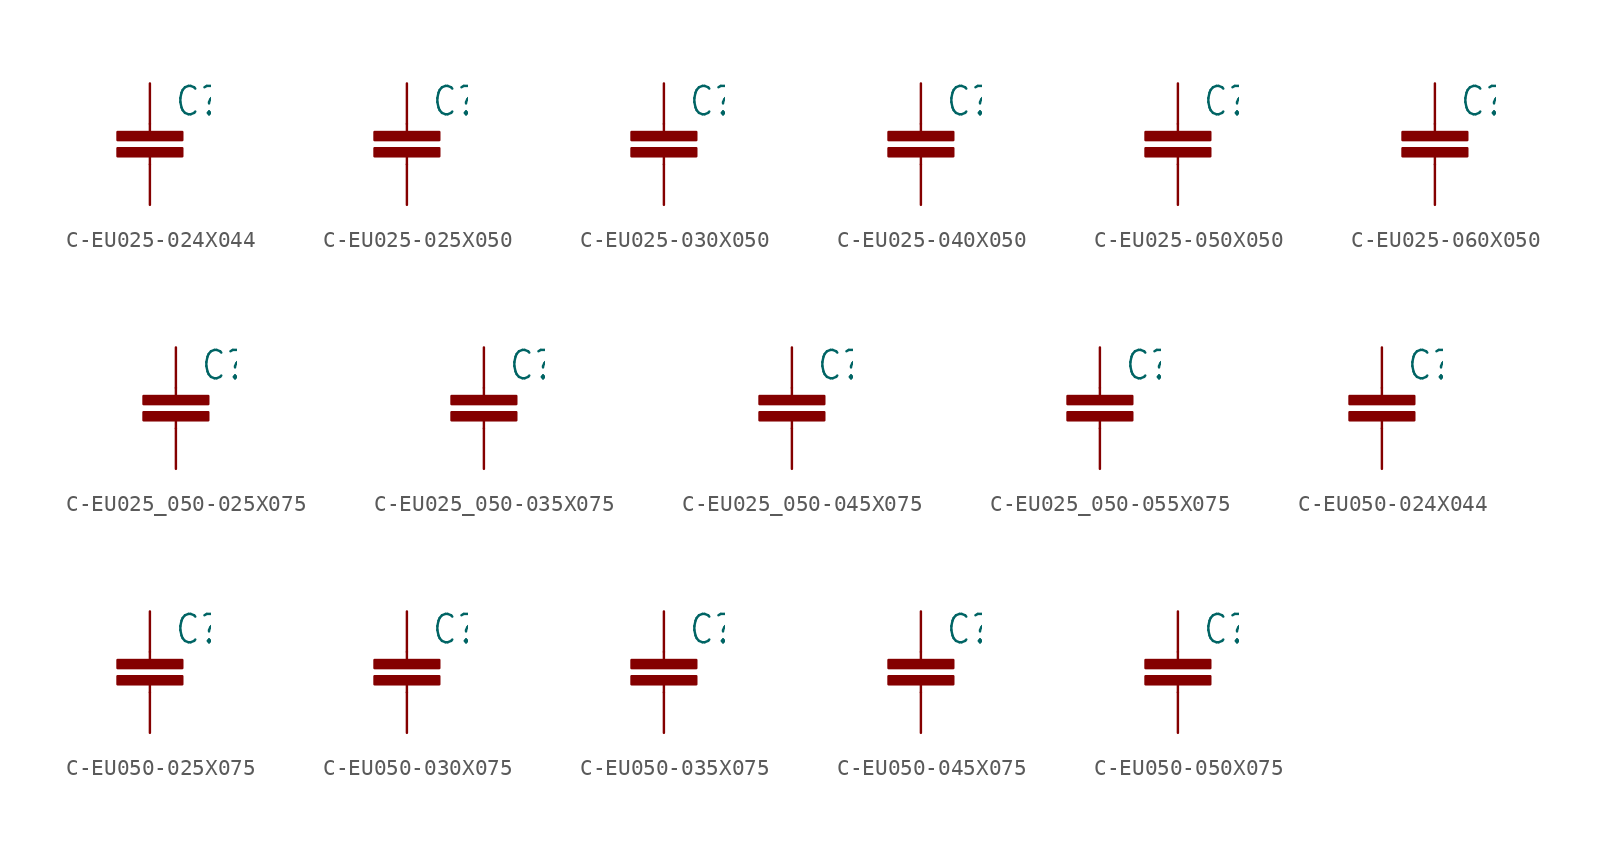
<source format=kicad_sym>
(kicad_symbol_lib
  (version 20231120)
  (generator "kicad_symbol_editor")
  (generator_version "8.0")
  (symbol "C-EU025-024X044"
    (property "Reference" "C"
      (at 1.524 0.381 0)
      (effects (font (size 1.778 1.511)) (justify left bottom)))
    (property "Value" ""
      (at 1.524 -4.699 0)
      (effects (font (size 1.778 1.511)) (justify left bottom)))
    (property "ki_locked" ""
      (at 0 0 0)
      (effects (font (size 1.27 1.27))))
    (symbol "C-EU025-024X044_1_0"
      (rectangle (start -2.032 -2.032) (end 2.032 -1.524) (stroke (width 0) (type default)) (fill (type outline)))
      (rectangle (start -2.032 -1.016) (end 2.032 -0.508) (stroke (width 0) (type default)) (fill (type outline)))
      (polyline (pts (xy 0 -2.54) (xy 0 -2.032)) (stroke (width 0.152) (type solid)) (fill (type none)))
      (polyline (pts (xy 0 0) (xy 0 -0.508)) (stroke (width 0.152) (type solid)) (fill (type none)))
      (pin passive line (at 0 2.54 270) (length 2.54) (name "1" (effects (font (size 0 0)))) (number "1" (effects (font (size 0 0)))))
      (pin passive line (at 0 -5.08 90) (length 2.54) (name "2" (effects (font (size 0 0)))) (number "2" (effects (font (size 0 0)))))))
  (symbol "C-EU025-025X050"
    (property "Reference" "C"
      (at 1.524 0.381 0)
      (effects (font (size 1.778 1.511)) (justify left bottom)))
    (property "Value" ""
      (at 1.524 -4.699 0)
      (effects (font (size 1.778 1.511)) (justify left bottom)))
    (property "ki_locked" ""
      (at 0 0 0)
      (effects (font (size 1.27 1.27))))
    (symbol "C-EU025-025X050_1_0"
      (rectangle (start -2.032 -2.032) (end 2.032 -1.524) (stroke (width 0) (type default)) (fill (type outline)))
      (rectangle (start -2.032 -1.016) (end 2.032 -0.508) (stroke (width 0) (type default)) (fill (type outline)))
      (polyline (pts (xy 0 -2.54) (xy 0 -2.032)) (stroke (width 0.152) (type solid)) (fill (type none)))
      (polyline (pts (xy 0 0) (xy 0 -0.508)) (stroke (width 0.152) (type solid)) (fill (type none)))
      (pin passive line (at 0 2.54 270) (length 2.54) (name "1" (effects (font (size 0 0)))) (number "1" (effects (font (size 0 0)))))
      (pin passive line (at 0 -5.08 90) (length 2.54) (name "2" (effects (font (size 0 0)))) (number "2" (effects (font (size 0 0)))))))
  (symbol "C-EU025-030X050"
    (property "Reference" "C"
      (at 1.524 0.381 0)
      (effects (font (size 1.778 1.511)) (justify left bottom)))
    (property "Value" ""
      (at 1.524 -4.699 0)
      (effects (font (size 1.778 1.511)) (justify left bottom)))
    (property "ki_locked" ""
      (at 0 0 0)
      (effects (font (size 1.27 1.27))))
    (symbol "C-EU025-030X050_1_0"
      (rectangle (start -2.032 -2.032) (end 2.032 -1.524) (stroke (width 0) (type default)) (fill (type outline)))
      (rectangle (start -2.032 -1.016) (end 2.032 -0.508) (stroke (width 0) (type default)) (fill (type outline)))
      (polyline (pts (xy 0 -2.54) (xy 0 -2.032)) (stroke (width 0.152) (type solid)) (fill (type none)))
      (polyline (pts (xy 0 0) (xy 0 -0.508)) (stroke (width 0.152) (type solid)) (fill (type none)))
      (pin passive line (at 0 2.54 270) (length 2.54) (name "1" (effects (font (size 0 0)))) (number "1" (effects (font (size 0 0)))))
      (pin passive line (at 0 -5.08 90) (length 2.54) (name "2" (effects (font (size 0 0)))) (number "2" (effects (font (size 0 0)))))))
  (symbol "C-EU025-040X050"
    (property "Reference" "C"
      (at 1.524 0.381 0)
      (effects (font (size 1.778 1.511)) (justify left bottom)))
    (property "Value" ""
      (at 1.524 -4.699 0)
      (effects (font (size 1.778 1.511)) (justify left bottom)))
    (property "ki_locked" ""
      (at 0 0 0)
      (effects (font (size 1.27 1.27))))
    (symbol "C-EU025-040X050_1_0"
      (rectangle (start -2.032 -2.032) (end 2.032 -1.524) (stroke (width 0) (type default)) (fill (type outline)))
      (rectangle (start -2.032 -1.016) (end 2.032 -0.508) (stroke (width 0) (type default)) (fill (type outline)))
      (polyline (pts (xy 0 -2.54) (xy 0 -2.032)) (stroke (width 0.152) (type solid)) (fill (type none)))
      (polyline (pts (xy 0 0) (xy 0 -0.508)) (stroke (width 0.152) (type solid)) (fill (type none)))
      (pin passive line (at 0 2.54 270) (length 2.54) (name "1" (effects (font (size 0 0)))) (number "1" (effects (font (size 0 0)))))
      (pin passive line (at 0 -5.08 90) (length 2.54) (name "2" (effects (font (size 0 0)))) (number "2" (effects (font (size 0 0)))))))
  (symbol "C-EU025-050X050"
    (property "Reference" "C"
      (at 1.524 0.381 0)
      (effects (font (size 1.778 1.511)) (justify left bottom)))
    (property "Value" ""
      (at 1.524 -4.699 0)
      (effects (font (size 1.778 1.511)) (justify left bottom)))
    (property "ki_locked" ""
      (at 0 0 0)
      (effects (font (size 1.27 1.27))))
    (symbol "C-EU025-050X050_1_0"
      (rectangle (start -2.032 -2.032) (end 2.032 -1.524) (stroke (width 0) (type default)) (fill (type outline)))
      (rectangle (start -2.032 -1.016) (end 2.032 -0.508) (stroke (width 0) (type default)) (fill (type outline)))
      (polyline (pts (xy 0 -2.54) (xy 0 -2.032)) (stroke (width 0.152) (type solid)) (fill (type none)))
      (polyline (pts (xy 0 0) (xy 0 -0.508)) (stroke (width 0.152) (type solid)) (fill (type none)))
      (pin passive line (at 0 2.54 270) (length 2.54) (name "1" (effects (font (size 0 0)))) (number "1" (effects (font (size 0 0)))))
      (pin passive line (at 0 -5.08 90) (length 2.54) (name "2" (effects (font (size 0 0)))) (number "2" (effects (font (size 0 0)))))))
  (symbol "C-EU025-060X050"
    (property "Reference" "C"
      (at 1.524 0.381 0)
      (effects (font (size 1.778 1.511)) (justify left bottom)))
    (property "Value" ""
      (at 1.524 -4.699 0)
      (effects (font (size 1.778 1.511)) (justify left bottom)))
    (property "ki_locked" ""
      (at 0 0 0)
      (effects (font (size 1.27 1.27))))
    (symbol "C-EU025-060X050_1_0"
      (rectangle (start -2.032 -2.032) (end 2.032 -1.524) (stroke (width 0) (type default)) (fill (type outline)))
      (rectangle (start -2.032 -1.016) (end 2.032 -0.508) (stroke (width 0) (type default)) (fill (type outline)))
      (polyline (pts (xy 0 -2.54) (xy 0 -2.032)) (stroke (width 0.152) (type solid)) (fill (type none)))
      (polyline (pts (xy 0 0) (xy 0 -0.508)) (stroke (width 0.152) (type solid)) (fill (type none)))
      (pin passive line (at 0 2.54 270) (length 2.54) (name "1" (effects (font (size 0 0)))) (number "1" (effects (font (size 0 0)))))
      (pin passive line (at 0 -5.08 90) (length 2.54) (name "2" (effects (font (size 0 0)))) (number "2" (effects (font (size 0 0)))))))
  (symbol "C-EU025_050-025X075"
    (property "Reference" "C"
      (at 1.524 0.381 0)
      (effects (font (size 1.778 1.511)) (justify left bottom)))
    (property "Value" ""
      (at 1.524 -4.699 0)
      (effects (font (size 1.778 1.511)) (justify left bottom)))
    (property "ki_locked" ""
      (at 0 0 0)
      (effects (font (size 1.27 1.27))))
    (symbol "C-EU025_050-025X075_1_0"
      (rectangle (start -2.032 -2.032) (end 2.032 -1.524) (stroke (width 0) (type default)) (fill (type outline)))
      (rectangle (start -2.032 -1.016) (end 2.032 -0.508) (stroke (width 0) (type default)) (fill (type outline)))
      (polyline (pts (xy 0 -2.54) (xy 0 -2.032)) (stroke (width 0.152) (type solid)) (fill (type none)))
      (polyline (pts (xy 0 0) (xy 0 -0.508)) (stroke (width 0.152) (type solid)) (fill (type none)))
      (pin passive line (at 0 2.54 270) (length 2.54) (name "1" (effects (font (size 0 0)))) (number "1" (effects (font (size 0 0)))))
      (pin passive line (at 0 -5.08 90) (length 2.54) (name "2" (effects (font (size 0 0)))) (number "2" (effects (font (size 0 0)))))))
  (symbol "C-EU025_050-035X075"
    (property "Reference" "C"
      (at 1.524 0.381 0)
      (effects (font (size 1.778 1.511)) (justify left bottom)))
    (property "Value" ""
      (at 1.524 -4.699 0)
      (effects (font (size 1.778 1.511)) (justify left bottom)))
    (property "ki_locked" ""
      (at 0 0 0)
      (effects (font (size 1.27 1.27))))
    (symbol "C-EU025_050-035X075_1_0"
      (rectangle (start -2.032 -2.032) (end 2.032 -1.524) (stroke (width 0) (type default)) (fill (type outline)))
      (rectangle (start -2.032 -1.016) (end 2.032 -0.508) (stroke (width 0) (type default)) (fill (type outline)))
      (polyline (pts (xy 0 -2.54) (xy 0 -2.032)) (stroke (width 0.152) (type solid)) (fill (type none)))
      (polyline (pts (xy 0 0) (xy 0 -0.508)) (stroke (width 0.152) (type solid)) (fill (type none)))
      (pin passive line (at 0 2.54 270) (length 2.54) (name "1" (effects (font (size 0 0)))) (number "1" (effects (font (size 0 0)))))
      (pin passive line (at 0 -5.08 90) (length 2.54) (name "2" (effects (font (size 0 0)))) (number "2" (effects (font (size 0 0)))))))
  (symbol "C-EU025_050-045X075"
    (property "Reference" "C"
      (at 1.524 0.381 0)
      (effects (font (size 1.778 1.511)) (justify left bottom)))
    (property "Value" ""
      (at 1.524 -4.699 0)
      (effects (font (size 1.778 1.511)) (justify left bottom)))
    (property "ki_locked" ""
      (at 0 0 0)
      (effects (font (size 1.27 1.27))))
    (symbol "C-EU025_050-045X075_1_0"
      (rectangle (start -2.032 -2.032) (end 2.032 -1.524) (stroke (width 0) (type default)) (fill (type outline)))
      (rectangle (start -2.032 -1.016) (end 2.032 -0.508) (stroke (width 0) (type default)) (fill (type outline)))
      (polyline (pts (xy 0 -2.54) (xy 0 -2.032)) (stroke (width 0.152) (type solid)) (fill (type none)))
      (polyline (pts (xy 0 0) (xy 0 -0.508)) (stroke (width 0.152) (type solid)) (fill (type none)))
      (pin passive line (at 0 2.54 270) (length 2.54) (name "1" (effects (font (size 0 0)))) (number "1" (effects (font (size 0 0)))))
      (pin passive line (at 0 -5.08 90) (length 2.54) (name "2" (effects (font (size 0 0)))) (number "2" (effects (font (size 0 0)))))))
  (symbol "C-EU025_050-055X075"
    (property "Reference" "C"
      (at 1.524 0.381 0)
      (effects (font (size 1.778 1.511)) (justify left bottom)))
    (property "Value" ""
      (at 1.524 -4.699 0)
      (effects (font (size 1.778 1.511)) (justify left bottom)))
    (property "ki_locked" ""
      (at 0 0 0)
      (effects (font (size 1.27 1.27))))
    (symbol "C-EU025_050-055X075_1_0"
      (rectangle (start -2.032 -2.032) (end 2.032 -1.524) (stroke (width 0) (type default)) (fill (type outline)))
      (rectangle (start -2.032 -1.016) (end 2.032 -0.508) (stroke (width 0) (type default)) (fill (type outline)))
      (polyline (pts (xy 0 -2.54) (xy 0 -2.032)) (stroke (width 0.152) (type solid)) (fill (type none)))
      (polyline (pts (xy 0 0) (xy 0 -0.508)) (stroke (width 0.152) (type solid)) (fill (type none)))
      (pin passive line (at 0 2.54 270) (length 2.54) (name "1" (effects (font (size 0 0)))) (number "1" (effects (font (size 0 0)))))
      (pin passive line (at 0 -5.08 90) (length 2.54) (name "2" (effects (font (size 0 0)))) (number "2" (effects (font (size 0 0)))))))
  (symbol "C-EU050-024X044"
    (property "Reference" "C"
      (at 1.524 0.381 0)
      (effects (font (size 1.778 1.511)) (justify left bottom)))
    (property "Value" ""
      (at 1.524 -4.699 0)
      (effects (font (size 1.778 1.511)) (justify left bottom)))
    (property "ki_locked" ""
      (at 0 0 0)
      (effects (font (size 1.27 1.27))))
    (symbol "C-EU050-024X044_1_0"
      (rectangle (start -2.032 -2.032) (end 2.032 -1.524) (stroke (width 0) (type default)) (fill (type outline)))
      (rectangle (start -2.032 -1.016) (end 2.032 -0.508) (stroke (width 0) (type default)) (fill (type outline)))
      (polyline (pts (xy 0 -2.54) (xy 0 -2.032)) (stroke (width 0.152) (type solid)) (fill (type none)))
      (polyline (pts (xy 0 0) (xy 0 -0.508)) (stroke (width 0.152) (type solid)) (fill (type none)))
      (pin passive line (at 0 2.54 270) (length 2.54) (name "1" (effects (font (size 0 0)))) (number "1" (effects (font (size 0 0)))))
      (pin passive line (at 0 -5.08 90) (length 2.54) (name "2" (effects (font (size 0 0)))) (number "2" (effects (font (size 0 0)))))))
  (symbol "C-EU050-025X075"
    (property "Reference" "C"
      (at 1.524 0.381 0)
      (effects (font (size 1.778 1.511)) (justify left bottom)))
    (property "Value" ""
      (at 1.524 -4.699 0)
      (effects (font (size 1.778 1.511)) (justify left bottom)))
    (property "ki_locked" ""
      (at 0 0 0)
      (effects (font (size 1.27 1.27))))
    (symbol "C-EU050-025X075_1_0"
      (rectangle (start -2.032 -2.032) (end 2.032 -1.524) (stroke (width 0) (type default)) (fill (type outline)))
      (rectangle (start -2.032 -1.016) (end 2.032 -0.508) (stroke (width 0) (type default)) (fill (type outline)))
      (polyline (pts (xy 0 -2.54) (xy 0 -2.032)) (stroke (width 0.152) (type solid)) (fill (type none)))
      (polyline (pts (xy 0 0) (xy 0 -0.508)) (stroke (width 0.152) (type solid)) (fill (type none)))
      (pin passive line (at 0 2.54 270) (length 2.54) (name "1" (effects (font (size 0 0)))) (number "1" (effects (font (size 0 0)))))
      (pin passive line (at 0 -5.08 90) (length 2.54) (name "2" (effects (font (size 0 0)))) (number "2" (effects (font (size 0 0)))))))
  (symbol "C-EU050-030X075"
    (property "Reference" "C"
      (at 1.524 0.381 0)
      (effects (font (size 1.778 1.511)) (justify left bottom)))
    (property "Value" ""
      (at 1.524 -4.699 0)
      (effects (font (size 1.778 1.511)) (justify left bottom)))
    (property "ki_locked" ""
      (at 0 0 0)
      (effects (font (size 1.27 1.27))))
    (symbol "C-EU050-030X075_1_0"
      (rectangle (start -2.032 -2.032) (end 2.032 -1.524) (stroke (width 0) (type default)) (fill (type outline)))
      (rectangle (start -2.032 -1.016) (end 2.032 -0.508) (stroke (width 0) (type default)) (fill (type outline)))
      (polyline (pts (xy 0 -2.54) (xy 0 -2.032)) (stroke (width 0.152) (type solid)) (fill (type none)))
      (polyline (pts (xy 0 0) (xy 0 -0.508)) (stroke (width 0.152) (type solid)) (fill (type none)))
      (pin passive line (at 0 2.54 270) (length 2.54) (name "1" (effects (font (size 0 0)))) (number "1" (effects (font (size 0 0)))))
      (pin passive line (at 0 -5.08 90) (length 2.54) (name "2" (effects (font (size 0 0)))) (number "2" (effects (font (size 0 0)))))))
  (symbol "C-EU050-035X075"
    (property "Reference" "C"
      (at 1.524 0.381 0)
      (effects (font (size 1.778 1.511)) (justify left bottom)))
    (property "Value" ""
      (at 1.524 -4.699 0)
      (effects (font (size 1.778 1.511)) (justify left bottom)))
    (property "ki_locked" ""
      (at 0 0 0)
      (effects (font (size 1.27 1.27))))
    (symbol "C-EU050-035X075_1_0"
      (rectangle (start -2.032 -2.032) (end 2.032 -1.524) (stroke (width 0) (type default)) (fill (type outline)))
      (rectangle (start -2.032 -1.016) (end 2.032 -0.508) (stroke (width 0) (type default)) (fill (type outline)))
      (polyline (pts (xy 0 -2.54) (xy 0 -2.032)) (stroke (width 0.152) (type solid)) (fill (type none)))
      (polyline (pts (xy 0 0) (xy 0 -0.508)) (stroke (width 0.152) (type solid)) (fill (type none)))
      (pin passive line (at 0 2.54 270) (length 2.54) (name "1" (effects (font (size 0 0)))) (number "1" (effects (font (size 0 0)))))
      (pin passive line (at 0 -5.08 90) (length 2.54) (name "2" (effects (font (size 0 0)))) (number "2" (effects (font (size 0 0)))))))
  (symbol "C-EU050-045X075"
    (property "Reference" "C"
      (at 1.524 0.381 0)
      (effects (font (size 1.778 1.511)) (justify left bottom)))
    (property "Value" ""
      (at 1.524 -4.699 0)
      (effects (font (size 1.778 1.511)) (justify left bottom)))
    (property "ki_locked" ""
      (at 0 0 0)
      (effects (font (size 1.27 1.27))))
    (symbol "C-EU050-045X075_1_0"
      (rectangle (start -2.032 -2.032) (end 2.032 -1.524) (stroke (width 0) (type default)) (fill (type outline)))
      (rectangle (start -2.032 -1.016) (end 2.032 -0.508) (stroke (width 0) (type default)) (fill (type outline)))
      (polyline (pts (xy 0 -2.54) (xy 0 -2.032)) (stroke (width 0.152) (type solid)) (fill (type none)))
      (polyline (pts (xy 0 0) (xy 0 -0.508)) (stroke (width 0.152) (type solid)) (fill (type none)))
      (pin passive line (at 0 2.54 270) (length 2.54) (name "1" (effects (font (size 0 0)))) (number "1" (effects (font (size 0 0)))))
      (pin passive line (at 0 -5.08 90) (length 2.54) (name "2" (effects (font (size 0 0)))) (number "2" (effects (font (size 0 0)))))))
  (symbol "C-EU050-050X075"
    (property "Reference" "C"
      (at 1.524 0.381 0)
      (effects (font (size 1.778 1.511)) (justify left bottom)))
    (property "Value" ""
      (at 1.524 -4.699 0)
      (effects (font (size 1.778 1.511)) (justify left bottom)))
    (property "ki_locked" ""
      (at 0 0 0)
      (effects (font (size 1.27 1.27))))
    (symbol "C-EU050-050X075_1_0"
      (rectangle (start -2.032 -2.032) (end 2.032 -1.524) (stroke (width 0) (type default)) (fill (type outline)))
      (rectangle (start -2.032 -1.016) (end 2.032 -0.508) (stroke (width 0) (type default)) (fill (type outline)))
      (polyline (pts (xy 0 -2.54) (xy 0 -2.032)) (stroke (width 0.152) (type solid)) (fill (type none)))
      (polyline (pts (xy 0 0) (xy 0 -0.508)) (stroke (width 0.152) (type solid)) (fill (type none)))
      (pin passive line (at 0 2.54 270) (length 2.54) (name "1" (effects (font (size 0 0)))) (number "1" (effects (font (size 0 0)))))
      (pin passive line (at 0 -5.08 90) (length 2.54) (name "2" (effects (font (size 0 0)))) (number "2" (effects (font (size 0 0))))))))
</source>
